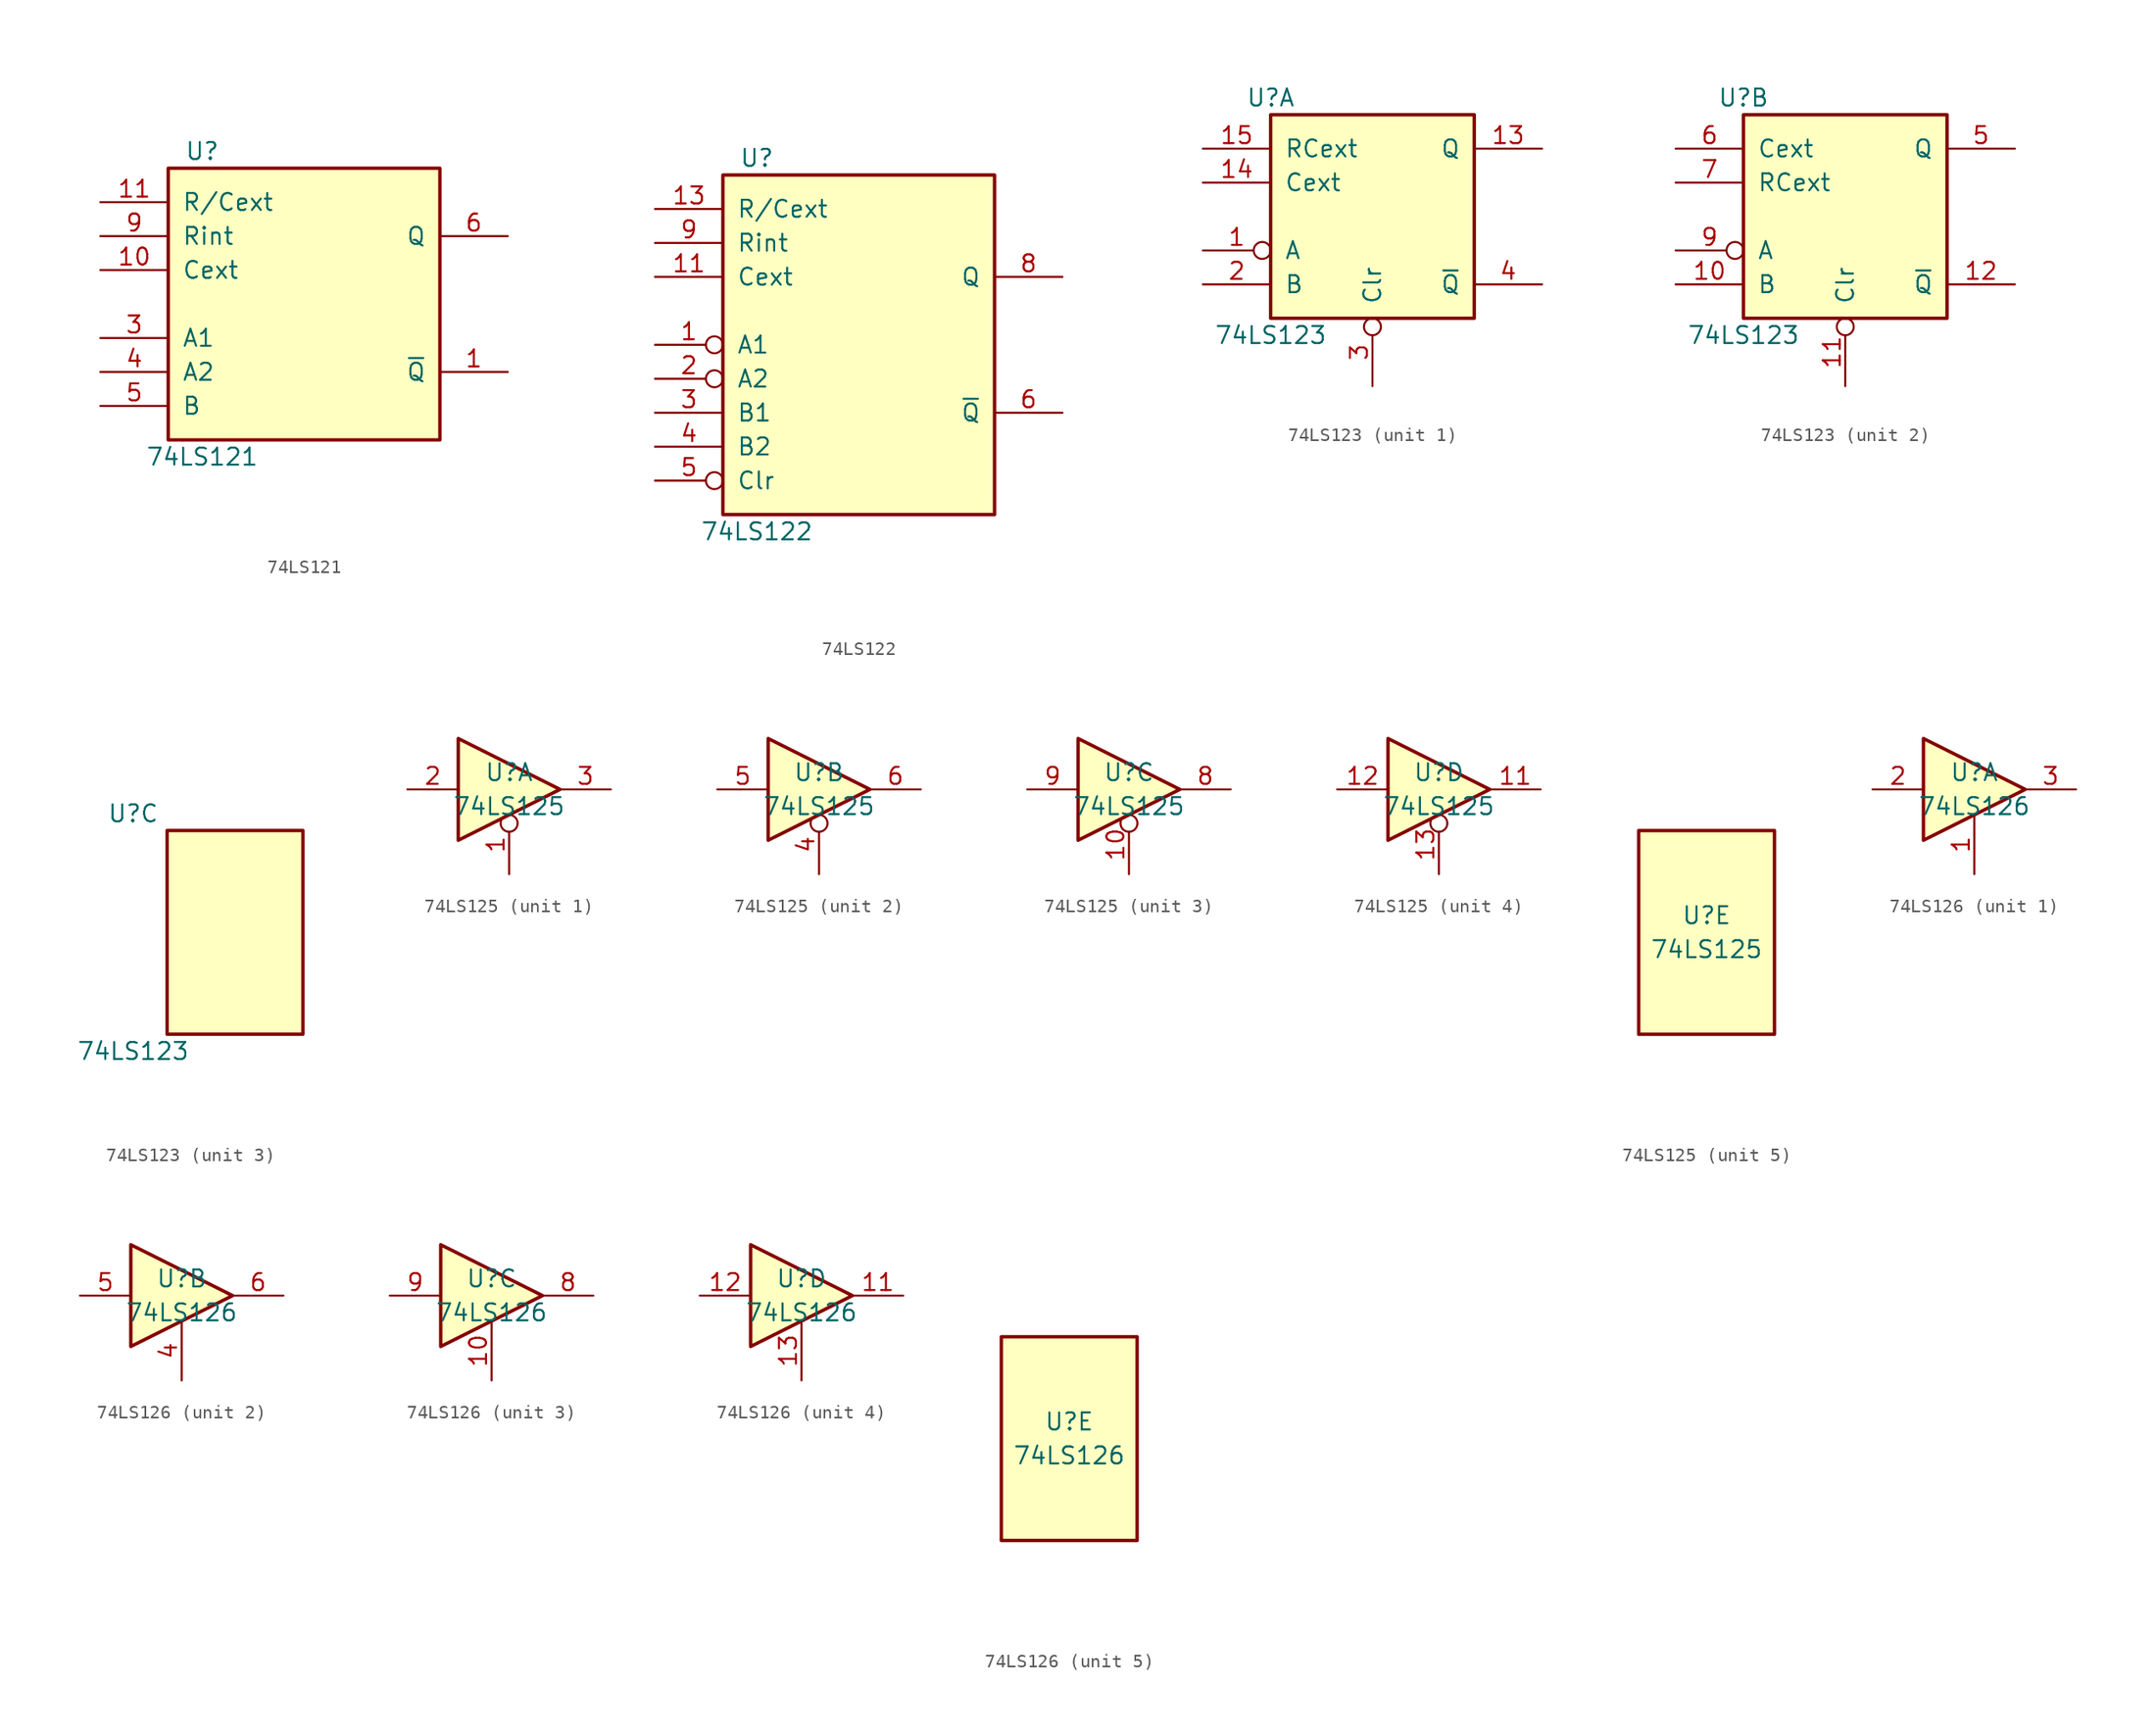
<source format=kicad_sym>
(kicad_symbol_lib
  (version 20211014)
  (generator kicad_symbol_editor)
  (symbol "74LS121"
    (pin_names
      (offset 1.016))
    (property "Reference" "U"
      (at -7.62 11.43 0)
      (effects (font (size 1.27 1.27))))
    (property "Value" "74LS121"
      (at -7.62 -11.43 0)
      (effects (font (size 1.27 1.27))))
    (property "ki_locked" ""
      (at 0 0 0)
      (effects (font (size 1.27 1.27))))
    (symbol "74LS121_1_0"
      (pin output line (at 15.24 -5.08 180) (length 5.08) (name "~{Q}" (effects (font (size 1.27 1.27)))) (number "1" (effects (font (size 1.27 1.27)))))
      (pin input line (at -15.24 2.54 0) (length 5.08) (name "Cext" (effects (font (size 1.27 1.27)))) (number "10" (effects (font (size 1.27 1.27)))))
      (pin input line (at -15.24 7.62 0) (length 5.08) (name "R/Cext" (effects (font (size 1.27 1.27)))) (number "11" (effects (font (size 1.27 1.27)))))
      (pin input line (at 0 15.24 270) (length 5.08) hide (name "VCC" (effects (font (size 1.27 1.27)))) (number "14" (effects (font (size 1.27 1.27)))))
      (pin input line (at -15.24 -2.54 0) (length 5.08) (name "A1" (effects (font (size 1.27 1.27)))) (number "3" (effects (font (size 1.27 1.27)))))
      (pin input line (at -15.24 -5.08 0) (length 5.08) (name "A2" (effects (font (size 1.27 1.27)))) (number "4" (effects (font (size 1.27 1.27)))))
      (pin input line (at -15.24 -7.62 0) (length 5.08) (name "B" (effects (font (size 1.27 1.27)))) (number "5" (effects (font (size 1.27 1.27)))))
      (pin output line (at 15.24 5.08 180) (length 5.08) (name "Q" (effects (font (size 1.27 1.27)))) (number "6" (effects (font (size 1.27 1.27)))))
      (pin input line (at 0 -15.24 90) (length 5.08) hide (name "GND" (effects (font (size 1.27 1.27)))) (number "7" (effects (font (size 1.27 1.27)))))
      (pin input line (at -15.24 5.08 0) (length 5.08) (name "Rint" (effects (font (size 1.27 1.27)))) (number "9" (effects (font (size 1.27 1.27))))))
    (symbol "74LS121_1_1"
      (rectangle (start -10.16 10.16) (end 10.16 -10.16) (stroke (width 0.254) (type default) (color 0 0 0 0)) (fill (type background)))))
  (symbol "74LS122"
    (pin_names
      (offset 1.016))
    (property "Reference" "U"
      (at -7.62 13.97 0)
      (effects (font (size 1.27 1.27))))
    (property "Value" "74LS122"
      (at -7.62 -13.97 0)
      (effects (font (size 1.27 1.27))))
    (property "ki_locked" ""
      (at 0 0 0)
      (effects (font (size 1.27 1.27))))
    (symbol "74LS122_1_0"
      (pin input inverted (at -15.24 0 0) (length 5.08) (name "A1" (effects (font (size 1.27 1.27)))) (number "1" (effects (font (size 1.27 1.27)))))
      (pin input line (at -15.24 5.08 0) (length 5.08) (name "Cext" (effects (font (size 1.27 1.27)))) (number "11" (effects (font (size 1.27 1.27)))))
      (pin input line (at -15.24 10.16 0) (length 5.08) (name "R/Cext" (effects (font (size 1.27 1.27)))) (number "13" (effects (font (size 1.27 1.27)))))
      (pin input line (at 0 17.78 270) (length 5.08) hide (name "VCC" (effects (font (size 1.27 1.27)))) (number "14" (effects (font (size 1.27 1.27)))))
      (pin input inverted (at -15.24 -2.54 0) (length 5.08) (name "A2" (effects (font (size 1.27 1.27)))) (number "2" (effects (font (size 1.27 1.27)))))
      (pin input line (at -15.24 -5.08 0) (length 5.08) (name "B1" (effects (font (size 1.27 1.27)))) (number "3" (effects (font (size 1.27 1.27)))))
      (pin input line (at -15.24 -7.62 0) (length 5.08) (name "B2" (effects (font (size 1.27 1.27)))) (number "4" (effects (font (size 1.27 1.27)))))
      (pin input inverted (at -15.24 -10.16 0) (length 5.08) (name "Clr" (effects (font (size 1.27 1.27)))) (number "5" (effects (font (size 1.27 1.27)))))
      (pin output line (at 15.24 -5.08 180) (length 5.08) (name "~{Q}" (effects (font (size 1.27 1.27)))) (number "6" (effects (font (size 1.27 1.27)))))
      (pin input line (at 0 -17.78 90) (length 5.08) hide (name "GND" (effects (font (size 1.27 1.27)))) (number "7" (effects (font (size 1.27 1.27)))))
      (pin output line (at 15.24 5.08 180) (length 5.08) (name "Q" (effects (font (size 1.27 1.27)))) (number "8" (effects (font (size 1.27 1.27)))))
      (pin input line (at -15.24 7.62 0) (length 5.08) (name "Rint" (effects (font (size 1.27 1.27)))) (number "9" (effects (font (size 1.27 1.27))))))
    (symbol "74LS122_1_1"
      (rectangle (start -10.16 12.7) (end 10.16 -12.7) (stroke (width 0.254) (type default) (color 0 0 0 0)) (fill (type background)))))
  (symbol "74LS123"
    (pin_names
      (offset 1.016))
    (property "Reference" "U"
      (at -7.62 8.89 0)
      (effects (font (size 1.27 1.27))))
    (property "Value" "74LS123"
      (at -7.62 -8.89 0)
      (effects (font (size 1.27 1.27))))
    (property "ki_locked" ""
      (at 0 0 0)
      (effects (font (size 1.27 1.27))))
    (symbol "74LS123_1_0"
      (pin input inverted (at -12.7 -2.54 0) (length 5.08) (name "A" (effects (font (size 1.27 1.27)))) (number "1" (effects (font (size 1.27 1.27)))))
      (pin output line (at 12.7 5.08 180) (length 5.08) (name "Q" (effects (font (size 1.27 1.27)))) (number "13" (effects (font (size 1.27 1.27)))))
      (pin input line (at -12.7 2.54 0) (length 5.08) (name "Cext" (effects (font (size 1.27 1.27)))) (number "14" (effects (font (size 1.27 1.27)))))
      (pin input line (at -12.7 5.08 0) (length 5.08) (name "RCext" (effects (font (size 1.27 1.27)))) (number "15" (effects (font (size 1.27 1.27)))))
      (pin input line (at -12.7 -5.08 0) (length 5.08) (name "B" (effects (font (size 1.27 1.27)))) (number "2" (effects (font (size 1.27 1.27)))))
      (pin input inverted (at 0 -12.7 90) (length 5.08) (name "Clr" (effects (font (size 1.27 1.27)))) (number "3" (effects (font (size 1.27 1.27)))))
      (pin output line (at 12.7 -5.08 180) (length 5.08) (name "~{Q}" (effects (font (size 1.27 1.27)))) (number "4" (effects (font (size 1.27 1.27))))))
    (symbol "74LS123_1_1"
      (rectangle (start -7.62 7.62) (end 7.62 -7.62) (stroke (width 0.254) (type default) (color 0 0 0 0)) (fill (type background))))
    (symbol "74LS123_2_0"
      (pin input line (at -12.7 -5.08 0) (length 5.08) (name "B" (effects (font (size 1.27 1.27)))) (number "10" (effects (font (size 1.27 1.27)))))
      (pin input inverted (at 0 -12.7 90) (length 5.08) (name "Clr" (effects (font (size 1.27 1.27)))) (number "11" (effects (font (size 1.27 1.27)))))
      (pin output line (at 12.7 -5.08 180) (length 5.08) (name "~{Q}" (effects (font (size 1.27 1.27)))) (number "12" (effects (font (size 1.27 1.27)))))
      (pin output line (at 12.7 5.08 180) (length 5.08) (name "Q" (effects (font (size 1.27 1.27)))) (number "5" (effects (font (size 1.27 1.27)))))
      (pin input line (at -12.7 5.08 0) (length 5.08) (name "Cext" (effects (font (size 1.27 1.27)))) (number "6" (effects (font (size 1.27 1.27)))))
      (pin input line (at -12.7 2.54 0) (length 5.08) (name "RCext" (effects (font (size 1.27 1.27)))) (number "7" (effects (font (size 1.27 1.27)))))
      (pin input inverted (at -12.7 -2.54 0) (length 5.08) (name "A" (effects (font (size 1.27 1.27)))) (number "9" (effects (font (size 1.27 1.27))))))
    (symbol "74LS123_2_1"
      (rectangle (start -7.62 7.62) (end 7.62 -7.62) (stroke (width 0.254) (type default) (color 0 0 0 0)) (fill (type background))))
    (symbol "74LS123_3_0"
      (pin input line (at 0 12.7 270) (length 5.08) hide (name "VCC" (effects (font (size 1.27 1.27)))) (number "16" (effects (font (size 1.27 1.27)))))
      (pin input line (at 0 -12.7 90) (length 5.08) hide (name "GND" (effects (font (size 1.27 1.27)))) (number "8" (effects (font (size 1.27 1.27))))))
    (symbol "74LS123_3_1"
      (rectangle (start -5.08 7.62) (end 5.08 -7.62) (stroke (width 0.254) (type default) (color 0 0 0 0)) (fill (type background)))))
  (symbol "74LS125"
    (pin_names
      (offset 1.016))
    (property "Reference" "U"
      (at 0 1.27 0)
      (effects (font (size 1.27 1.27))))
    (property "Value" "74LS125"
      (at 0 -1.27 0)
      (effects (font (size 1.27 1.27))))
    (property "ki_locked" ""
      (at 0 0 0)
      (effects (font (size 1.27 1.27))))
    (symbol "74LS125_1_0"
      (polyline (pts (xy -3.81 3.81) (xy -3.81 -3.81) (xy 3.81 0) (xy -3.81 3.81)) (stroke (width 0.254) (type default) (color 0 0 0 0)) (fill (type background)))
      (pin input inverted (at 0 -6.35 90) (length 4.445) (name "~" (effects (font (size 1.27 1.27)))) (number "1" (effects (font (size 1.27 1.27)))))
      (pin input line (at -7.62 0 0) (length 3.81) (name "~" (effects (font (size 1.27 1.27)))) (number "2" (effects (font (size 1.27 1.27)))))
      (pin tri_state line (at 7.62 0 180) (length 3.81) (name "~" (effects (font (size 1.27 1.27)))) (number "3" (effects (font (size 1.27 1.27))))))
    (symbol "74LS125_2_0"
      (polyline (pts (xy -3.81 3.81) (xy -3.81 -3.81) (xy 3.81 0) (xy -3.81 3.81)) (stroke (width 0.254) (type default) (color 0 0 0 0)) (fill (type background)))
      (pin input inverted (at 0 -6.35 90) (length 4.445) (name "~" (effects (font (size 1.27 1.27)))) (number "4" (effects (font (size 1.27 1.27)))))
      (pin input line (at -7.62 0 0) (length 3.81) (name "~" (effects (font (size 1.27 1.27)))) (number "5" (effects (font (size 1.27 1.27)))))
      (pin tri_state line (at 7.62 0 180) (length 3.81) (name "~" (effects (font (size 1.27 1.27)))) (number "6" (effects (font (size 1.27 1.27))))))
    (symbol "74LS125_3_0"
      (polyline (pts (xy -3.81 3.81) (xy -3.81 -3.81) (xy 3.81 0) (xy -3.81 3.81)) (stroke (width 0.254) (type default) (color 0 0 0 0)) (fill (type background)))
      (pin input inverted (at 0 -6.35 90) (length 4.445) (name "~" (effects (font (size 1.27 1.27)))) (number "10" (effects (font (size 1.27 1.27)))))
      (pin tri_state line (at 7.62 0 180) (length 3.81) (name "~" (effects (font (size 1.27 1.27)))) (number "8" (effects (font (size 1.27 1.27)))))
      (pin input line (at -7.62 0 0) (length 3.81) (name "~" (effects (font (size 1.27 1.27)))) (number "9" (effects (font (size 1.27 1.27))))))
    (symbol "74LS125_4_0"
      (polyline (pts (xy -3.81 3.81) (xy -3.81 -3.81) (xy 3.81 0) (xy -3.81 3.81)) (stroke (width 0.254) (type default) (color 0 0 0 0)) (fill (type background)))
      (pin tri_state line (at 7.62 0 180) (length 3.81) (name "~" (effects (font (size 1.27 1.27)))) (number "11" (effects (font (size 1.27 1.27)))))
      (pin input line (at -7.62 0 0) (length 3.81) (name "~" (effects (font (size 1.27 1.27)))) (number "12" (effects (font (size 1.27 1.27)))))
      (pin input inverted (at 0 -6.35 90) (length 4.445) (name "~" (effects (font (size 1.27 1.27)))) (number "13" (effects (font (size 1.27 1.27))))))
    (symbol "74LS125_5_0"
      (pin input line (at 0 12.7 270) (length 5.08) hide (name "VCC" (effects (font (size 1.27 1.27)))) (number "14" (effects (font (size 1.27 1.27)))))
      (pin input line (at 0 -12.7 90) (length 5.08) hide (name "GND" (effects (font (size 1.27 1.27)))) (number "7" (effects (font (size 1.27 1.27))))))
    (symbol "74LS125_5_1"
      (rectangle (start -5.08 7.62) (end 5.08 -7.62) (stroke (width 0.254) (type default) (color 0 0 0 0)) (fill (type background)))))
  (symbol "74LS126"
    (pin_names
      (offset 1.016))
    (property "Reference" "U"
      (at 0 1.27 0)
      (effects (font (size 1.27 1.27))))
    (property "Value" "74LS126"
      (at 0 -1.27 0)
      (effects (font (size 1.27 1.27))))
    (property "ki_locked" ""
      (at 0 0 0)
      (effects (font (size 1.27 1.27))))
    (symbol "74LS126_1_0"
      (polyline (pts (xy -3.81 3.81) (xy -3.81 -3.81) (xy 3.81 0) (xy -3.81 3.81)) (stroke (width 0.254) (type default) (color 0 0 0 0)) (fill (type background)))
      (pin input line (at 0 -6.35 90) (length 4.445) (name "~" (effects (font (size 1.27 1.27)))) (number "1" (effects (font (size 1.27 1.27)))))
      (pin input line (at -7.62 0 0) (length 3.81) (name "~" (effects (font (size 1.27 1.27)))) (number "2" (effects (font (size 1.27 1.27)))))
      (pin tri_state line (at 7.62 0 180) (length 3.81) (name "~" (effects (font (size 1.27 1.27)))) (number "3" (effects (font (size 1.27 1.27))))))
    (symbol "74LS126_2_0"
      (polyline (pts (xy -3.81 3.81) (xy -3.81 -3.81) (xy 3.81 0) (xy -3.81 3.81)) (stroke (width 0.254) (type default) (color 0 0 0 0)) (fill (type background)))
      (pin input line (at 0 -6.35 90) (length 4.445) (name "~" (effects (font (size 1.27 1.27)))) (number "4" (effects (font (size 1.27 1.27)))))
      (pin input line (at -7.62 0 0) (length 3.81) (name "~" (effects (font (size 1.27 1.27)))) (number "5" (effects (font (size 1.27 1.27)))))
      (pin tri_state line (at 7.62 0 180) (length 3.81) (name "~" (effects (font (size 1.27 1.27)))) (number "6" (effects (font (size 1.27 1.27))))))
    (symbol "74LS126_3_0"
      (polyline (pts (xy -3.81 3.81) (xy -3.81 -3.81) (xy 3.81 0) (xy -3.81 3.81)) (stroke (width 0.254) (type default) (color 0 0 0 0)) (fill (type background)))
      (pin input line (at 0 -6.35 90) (length 4.445) (name "~" (effects (font (size 1.27 1.27)))) (number "10" (effects (font (size 1.27 1.27)))))
      (pin tri_state line (at 7.62 0 180) (length 3.81) (name "~" (effects (font (size 1.27 1.27)))) (number "8" (effects (font (size 1.27 1.27)))))
      (pin input line (at -7.62 0 0) (length 3.81) (name "~" (effects (font (size 1.27 1.27)))) (number "9" (effects (font (size 1.27 1.27))))))
    (symbol "74LS126_4_0"
      (polyline (pts (xy -3.81 3.81) (xy -3.81 -3.81) (xy 3.81 0) (xy -3.81 3.81)) (stroke (width 0.254) (type default) (color 0 0 0 0)) (fill (type background)))
      (pin tri_state line (at 7.62 0 180) (length 3.81) (name "~" (effects (font (size 1.27 1.27)))) (number "11" (effects (font (size 1.27 1.27)))))
      (pin input line (at -7.62 0 0) (length 3.81) (name "~" (effects (font (size 1.27 1.27)))) (number "12" (effects (font (size 1.27 1.27)))))
      (pin input line (at 0 -6.35 90) (length 4.445) (name "~" (effects (font (size 1.27 1.27)))) (number "13" (effects (font (size 1.27 1.27))))))
    (symbol "74LS126_5_0"
      (pin input line (at 0 12.7 270) (length 5.08) hide (name "VCC" (effects (font (size 1.27 1.27)))) (number "14" (effects (font (size 1.27 1.27)))))
      (pin input line (at 0 -12.7 90) (length 5.08) hide (name "GND" (effects (font (size 1.27 1.27)))) (number "7" (effects (font (size 1.27 1.27))))))
    (symbol "74LS126_5_1"
      (rectangle (start -5.08 7.62) (end 5.08 -7.62) (stroke (width 0.254) (type default) (color 0 0 0 0)) (fill (type background))))))
</source>
